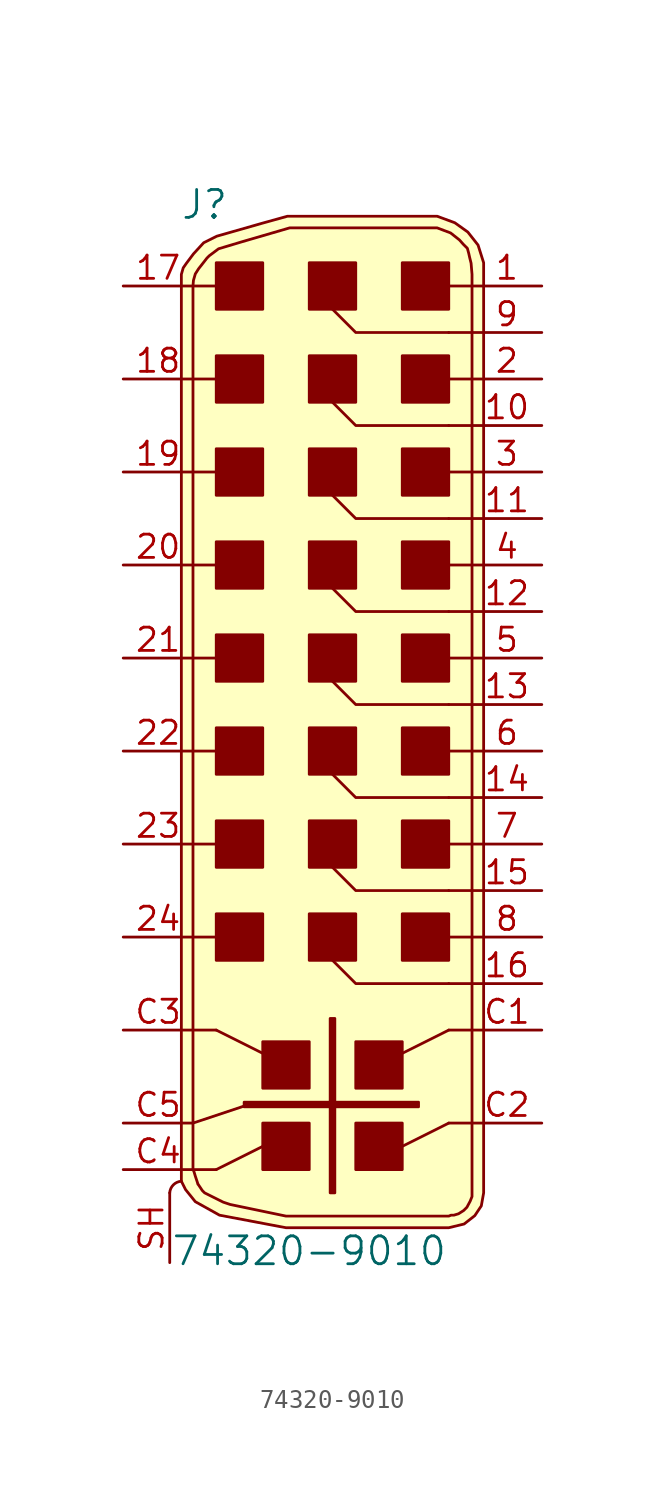
<source format=kicad_sym>
(kicad_symbol_lib
  (version 20201005)
  (generator kicad_symbol_editor)
  (symbol "74320-9010"
    (pin_names
      (offset 1.016))
    (property "Reference" "J"
      (at -8.255 27.305 0)
      (effects (font (size 1.524 1.524))))
    (property "Value" "74320-9010"
      (at -2.54 -29.845 0)
      (effects (font (size 1.524 1.524))))
    (symbol "74320-9010_0_1"
      (arc (start -10.16 -26.67) (end -9.525 -26.035) (radius (at -9.525 -26.6954) (length 0.635) (angles 177.7 90)) (stroke (width 0)) (fill (type none)))
      (rectangle (start -5.08 -11.43) (end -7.62 -13.97) (stroke (width 0)) (fill (type outline)))
      (rectangle (start -5.08 -6.35) (end -7.62 -8.89) (stroke (width 0)) (fill (type outline)))
      (rectangle (start -5.08 -1.27) (end -7.62 -3.81) (stroke (width 0)) (fill (type outline)))
      (rectangle (start -5.08 3.81) (end -7.62 1.27) (stroke (width 0)) (fill (type outline)))
      (rectangle (start -5.08 8.89) (end -7.62 6.35) (stroke (width 0)) (fill (type outline)))
      (rectangle (start -5.08 13.97) (end -7.62 11.43) (stroke (width 0)) (fill (type outline)))
      (rectangle (start -5.08 19.05) (end -7.62 16.51) (stroke (width 0)) (fill (type outline)))
      (rectangle (start -5.08 24.13) (end -7.62 21.59) (stroke (width 0)) (fill (type outline)))
      (rectangle (start -2.54 -22.86) (end -5.08 -25.4) (stroke (width 0)) (fill (type outline)))
      (rectangle (start -2.54 -18.415) (end -5.08 -20.955) (stroke (width 0)) (fill (type outline)))
      (rectangle (start -1.397 -17.145) (end -1.143 -26.67) (stroke (width 0)) (fill (type outline)))
      (rectangle (start 0 -11.43) (end -2.54 -13.97) (stroke (width 0)) (fill (type outline)))
      (rectangle (start 0 -6.35) (end -2.54 -8.89) (stroke (width 0)) (fill (type outline)))
      (rectangle (start 0 -1.27) (end -2.54 -3.81) (stroke (width 0)) (fill (type outline)))
      (rectangle (start 0 3.81) (end -2.54 1.27) (stroke (width 0)) (fill (type outline)))
      (rectangle (start 0 8.89) (end -2.54 6.35) (stroke (width 0)) (fill (type outline)))
      (rectangle (start 0 13.97) (end -2.54 11.43) (stroke (width 0)) (fill (type outline)))
      (rectangle (start 0 19.05) (end -2.54 16.51) (stroke (width 0)) (fill (type outline)))
      (rectangle (start 0 24.13) (end -2.54 21.59) (stroke (width 0)) (fill (type outline)))
      (rectangle (start 2.54 -22.86) (end 0 -25.4) (stroke (width 0)) (fill (type outline)))
      (rectangle (start 2.54 -18.415) (end 0 -20.955) (stroke (width 0)) (fill (type outline)))
      (rectangle (start 5.08 -11.43) (end 2.54 -13.97) (stroke (width 0)) (fill (type outline)))
      (rectangle (start 5.08 -6.35) (end 2.54 -8.89) (stroke (width 0)) (fill (type outline)))
      (rectangle (start 5.08 -1.27) (end 2.54 -3.81) (stroke (width 0)) (fill (type outline)))
      (rectangle (start 5.08 3.81) (end 2.54 1.27) (stroke (width 0)) (fill (type outline)))
      (rectangle (start 5.08 8.89) (end 2.54 6.35) (stroke (width 0)) (fill (type outline)))
      (rectangle (start 5.08 13.97) (end 2.54 11.43) (stroke (width 0)) (fill (type outline)))
      (rectangle (start 5.08 19.05) (end 2.54 16.51) (stroke (width 0)) (fill (type outline)))
      (rectangle (start 5.08 24.13) (end 2.54 21.59) (stroke (width 0)) (fill (type outline)))
      (polyline (pts (xy -8.89 -22.86) (xy -5.842 -21.844)) (stroke (width 0)) (fill (type none)))
      (polyline (pts (xy -7.62 -25.4) (xy -8.89 -25.4)) (stroke (width 0)) (fill (type none)))
      (polyline (pts (xy -7.62 -25.4) (xy -5.08 -24.13)) (stroke (width 0)) (fill (type none)))
      (polyline (pts (xy -7.62 -17.78) (xy -8.89 -17.78)) (stroke (width 0)) (fill (type none)))
      (polyline (pts (xy -7.62 -17.78) (xy -5.08 -19.05)) (stroke (width 0)) (fill (type none)))
      (polyline (pts (xy -7.62 -12.7) (xy -8.89 -12.7)) (stroke (width 0)) (fill (type none)))
      (polyline (pts (xy -7.62 -7.62) (xy -8.89 -7.62)) (stroke (width 0)) (fill (type none)))
      (polyline (pts (xy -7.62 -2.54) (xy -8.89 -2.54)) (stroke (width 0)) (fill (type none)))
      (polyline (pts (xy -7.62 2.54) (xy -8.89 2.54)) (stroke (width 0)) (fill (type none)))
      (polyline (pts (xy -7.62 7.62) (xy -8.89 7.62)) (stroke (width 0)) (fill (type none)))
      (polyline (pts (xy -7.62 12.7) (xy -8.89 12.7)) (stroke (width 0)) (fill (type none)))
      (polyline (pts (xy -7.62 17.78) (xy -8.89 17.78)) (stroke (width 0)) (fill (type none)))
      (polyline (pts (xy -7.62 22.86) (xy -8.89 22.86)) (stroke (width 0)) (fill (type none)))
      (polyline (pts (xy 5.08 -22.86) (xy 2.54 -24.13)) (stroke (width 0)) (fill (type none)))
      (polyline (pts (xy 5.08 -17.78) (xy 2.54 -19.05)) (stroke (width 0)) (fill (type none)))
      (polyline (pts (xy 5.08 22.86) (xy 5.08 22.86)) (stroke (width 0)) (fill (type none)))
      (polyline (pts (xy 6.35 -22.86) (xy 5.08 -22.86)) (stroke (width 0)) (fill (type none)))
      (polyline (pts (xy 6.35 -17.78) (xy 5.08 -17.78)) (stroke (width 0)) (fill (type none)))
      (polyline (pts (xy 6.35 -15.24) (xy 5.08 -15.24)) (stroke (width 0)) (fill (type none)))
      (polyline (pts (xy 6.35 -12.7) (xy 5.08 -12.7)) (stroke (width 0)) (fill (type none)))
      (polyline (pts (xy 6.35 -10.16) (xy 5.08 -10.16)) (stroke (width 0)) (fill (type none)))
      (polyline (pts (xy 6.35 -7.62) (xy 5.08 -7.62)) (stroke (width 0)) (fill (type none)))
      (polyline (pts (xy 6.35 -5.08) (xy 5.08 -5.08)) (stroke (width 0)) (fill (type none)))
      (polyline (pts (xy 6.35 -2.54) (xy 5.08 -2.54)) (stroke (width 0)) (fill (type none)))
      (polyline (pts (xy 6.35 0) (xy 5.08 0)) (stroke (width 0)) (fill (type none)))
      (polyline (pts (xy 6.35 2.54) (xy 5.08 2.54)) (stroke (width 0)) (fill (type none)))
      (polyline (pts (xy 6.35 5.08) (xy 5.08 5.08)) (stroke (width 0)) (fill (type none)))
      (polyline (pts (xy 6.35 7.62) (xy 5.08 7.62)) (stroke (width 0)) (fill (type none)))
      (polyline (pts (xy 6.35 10.16) (xy 5.08 10.16)) (stroke (width 0)) (fill (type none)))
      (polyline (pts (xy 6.35 12.7) (xy 5.08 12.7)) (stroke (width 0)) (fill (type none)))
      (polyline (pts (xy 6.35 15.24) (xy 5.08 15.24)) (stroke (width 0)) (fill (type none)))
      (polyline (pts (xy 6.35 17.78) (xy 5.08 17.78)) (stroke (width 0)) (fill (type none)))
      (polyline (pts (xy 6.35 20.32) (xy 5.08 20.32)) (stroke (width 0)) (fill (type none)))
      (polyline (pts (xy 6.35 22.86) (xy 5.08 22.86)) (stroke (width 0)) (fill (type none)))
      (polyline (pts (xy -1.27 -13.97) (xy 0 -15.24) (xy 5.08 -15.24)) (stroke (width 0)) (fill (type none)))
      (polyline (pts (xy -1.27 -8.89) (xy 0 -10.16) (xy 5.08 -10.16)) (stroke (width 0)) (fill (type none)))
      (polyline (pts (xy -1.27 -3.81) (xy 0 -5.08) (xy 5.08 -5.08)) (stroke (width 0)) (fill (type none)))
      (polyline (pts (xy -1.27 1.27) (xy 0 0) (xy 5.08 0)) (stroke (width 0)) (fill (type none)))
      (polyline (pts (xy -1.27 6.35) (xy 0 5.08) (xy 5.08 5.08)) (stroke (width 0)) (fill (type none)))
      (polyline (pts (xy -1.27 11.43) (xy 0 10.16) (xy 5.08 10.16)) (stroke (width 0)) (fill (type none)))
      (polyline (pts (xy -1.27 16.51) (xy 0 15.24) (xy 5.08 15.24)) (stroke (width 0)) (fill (type none)))
      (polyline (pts (xy -1.27 21.59) (xy 0 20.32) (xy 5.08 20.32)) (stroke (width 0)) (fill (type none)))
      (polyline (pts (xy 6.985 -26.67) (xy 6.985 24.13) (xy 6.68 25.095) (xy 6.121 25.806) (xy 5.41 26.314) (xy 4.445 26.67) (xy -3.734 26.67) (xy -5.105 26.289) (xy -7.595 25.578) (xy -8.306 25.222) (xy -8.865 24.613) (xy -9.246 24.105) (xy -9.423 23.851) (xy -9.525 23.495) (xy -9.525 -26.035) (xy -9.296 -26.492) (xy -8.763 -27.153) (xy -7.442 -27.889) (xy -3.81 -28.575) (xy 5.08 -28.575) (xy 5.918 -28.372) (xy 6.502 -27.915) (xy 6.858 -27.381) (xy 6.985 -26.67)) (stroke (width 0)) (fill (type background)))
      (polyline (pts (xy -8.89 22.86) (xy -8.865 23.165) (xy -8.763 23.52) (xy -8.585 23.8) (xy -8.306 24.155) (xy -8.128 24.384) (xy -8.001 24.511) (xy -7.493 24.892) (xy -6.223 25.273) (xy -3.607 26.035) (xy 0.635 26.035) (xy 4.445 26.035) (xy 5.182 25.756) (xy 5.664 25.375) (xy 5.867 25.146) (xy 6.096 24.917) (xy 6.172 24.638) (xy 6.223 24.409) (xy 6.299 24.105) (xy 6.35 23.495) (xy 6.35 -26.67) (xy 6.35 -26.873) (xy 6.248 -27.127) (xy 6.071 -27.457) (xy 5.893 -27.635) (xy 5.613 -27.813) (xy 5.359 -27.889) (xy 5.207 -27.889) (xy 5.08 -27.94) (xy -3.81 -27.94) (xy -6.858 -27.305) (xy -7.239 -27.178) (xy -7.747 -26.924) (xy -8.001 -26.797) (xy -8.255 -26.67) (xy -8.382 -26.543) (xy -8.636 -26.162) (xy -8.611 -26.213) (xy -8.687 -25.984) (xy -8.763 -25.756) (xy -8.839 -25.502) (xy -8.89 -25.4) (xy -8.89 22.86)) (stroke (width 0)) (fill (type background))))
    (symbol "74320-9010_1_1"
      (rectangle (start -6.096 -21.971) (end 3.429 -21.717) (stroke (width 0)) (fill (type outline)))
      (pin passive line (at 10.16 22.86 180) (length 3.81) (name "~" (effects (font (size 1.27 1.27)))) (number "1" (effects (font (size 1.27 1.27)))))
      (pin passive line (at 10.16 17.78 180) (length 3.81) (name "~" (effects (font (size 1.27 1.27)))) (number "2" (effects (font (size 1.27 1.27)))))
      (pin passive line (at 10.16 12.7 180) (length 3.81) (name "~" (effects (font (size 1.27 1.27)))) (number "3" (effects (font (size 1.27 1.27)))))
      (pin passive line (at 10.16 7.62 180) (length 3.81) (name "~" (effects (font (size 1.27 1.27)))) (number "4" (effects (font (size 1.27 1.27)))))
      (pin passive line (at 10.16 2.54 180) (length 3.81) (name "~" (effects (font (size 1.27 1.27)))) (number "5" (effects (font (size 1.27 1.27)))))
      (pin passive line (at 10.16 -2.54 180) (length 3.81) (name "~" (effects (font (size 1.27 1.27)))) (number "6" (effects (font (size 1.27 1.27)))))
      (pin passive line (at 10.16 -7.62 180) (length 3.81) (name "~" (effects (font (size 1.27 1.27)))) (number "7" (effects (font (size 1.27 1.27)))))
      (pin passive line (at 10.16 -12.7 180) (length 3.81) (name "~" (effects (font (size 1.27 1.27)))) (number "8" (effects (font (size 1.27 1.27)))))
      (pin passive line (at 10.16 20.32 180) (length 3.81) (name "~" (effects (font (size 1.27 1.27)))) (number "9" (effects (font (size 1.27 1.27)))))
      (pin passive line (at 10.16 15.24 180) (length 3.81) (name "~" (effects (font (size 1.27 1.27)))) (number "10" (effects (font (size 1.27 1.27)))))
      (pin passive line (at -12.7 7.62 0) (length 3.81) (name "~" (effects (font (size 1.27 1.27)))) (number "20" (effects (font (size 1.27 1.27)))))
      (pin passive line (at 10.16 10.16 180) (length 3.81) (name "~" (effects (font (size 1.27 1.27)))) (number "11" (effects (font (size 1.27 1.27)))))
      (pin passive line (at -12.7 2.54 0) (length 3.81) (name "~" (effects (font (size 1.27 1.27)))) (number "21" (effects (font (size 1.27 1.27)))))
      (pin passive line (at 10.16 -17.78 180) (length 3.81) (name "~" (effects (font (size 1.27 1.27)))) (number "C1" (effects (font (size 1.27 1.27)))))
      (pin passive line (at 10.16 5.08 180) (length 3.81) (name "~" (effects (font (size 1.27 1.27)))) (number "12" (effects (font (size 1.27 1.27)))))
      (pin passive line (at -12.7 -2.54 0) (length 3.81) (name "~" (effects (font (size 1.27 1.27)))) (number "22" (effects (font (size 1.27 1.27)))))
      (pin passive line (at 10.16 -22.86 180) (length 3.81) (name "~" (effects (font (size 1.27 1.27)))) (number "C2" (effects (font (size 1.27 1.27)))))
      (pin passive line (at 10.16 0 180) (length 3.81) (name "~" (effects (font (size 1.27 1.27)))) (number "13" (effects (font (size 1.27 1.27)))))
      (pin passive line (at -12.7 -7.62 0) (length 3.81) (name "~" (effects (font (size 1.27 1.27)))) (number "23" (effects (font (size 1.27 1.27)))))
      (pin passive line (at -12.7 -17.78 0) (length 3.81) (name "~" (effects (font (size 1.27 1.27)))) (number "C3" (effects (font (size 1.27 1.27)))))
      (pin passive line (at 10.16 -5.08 180) (length 3.81) (name "~" (effects (font (size 1.27 1.27)))) (number "14" (effects (font (size 1.27 1.27)))))
      (pin passive line (at -12.7 -12.7 0) (length 3.81) (name "~" (effects (font (size 1.27 1.27)))) (number "24" (effects (font (size 1.27 1.27)))))
      (pin passive line (at -12.7 -25.4 0) (length 3.81) (name "~" (effects (font (size 1.27 1.27)))) (number "C4" (effects (font (size 1.27 1.27)))))
      (pin passive line (at 10.16 -10.16 180) (length 3.81) (name "~" (effects (font (size 1.27 1.27)))) (number "15" (effects (font (size 1.27 1.27)))))
      (pin passive line (at -12.7 -22.86 0) (length 3.81) (name "~" (effects (font (size 1.27 1.27)))) (number "C5" (effects (font (size 1.27 1.27)))))
      (pin passive line (at 10.16 -15.24 180) (length 3.81) (name "~" (effects (font (size 1.27 1.27)))) (number "16" (effects (font (size 1.27 1.27)))))
      (pin passive line (at -12.7 22.86 0) (length 3.81) (name "~" (effects (font (size 1.27 1.27)))) (number "17" (effects (font (size 1.27 1.27)))))
      (pin passive line (at -12.7 17.78 0) (length 3.81) (name "~" (effects (font (size 1.27 1.27)))) (number "18" (effects (font (size 1.27 1.27)))))
      (pin passive line (at -12.7 12.7 0) (length 3.81) (name "~" (effects (font (size 1.27 1.27)))) (number "19" (effects (font (size 1.27 1.27)))))
      (pin passive line (at -10.16 -30.48 90) (length 3.81) (name "~" (effects (font (size 1.27 1.27)))) (number "SH" (effects (font (size 1.27 1.27))))))))
</source>
